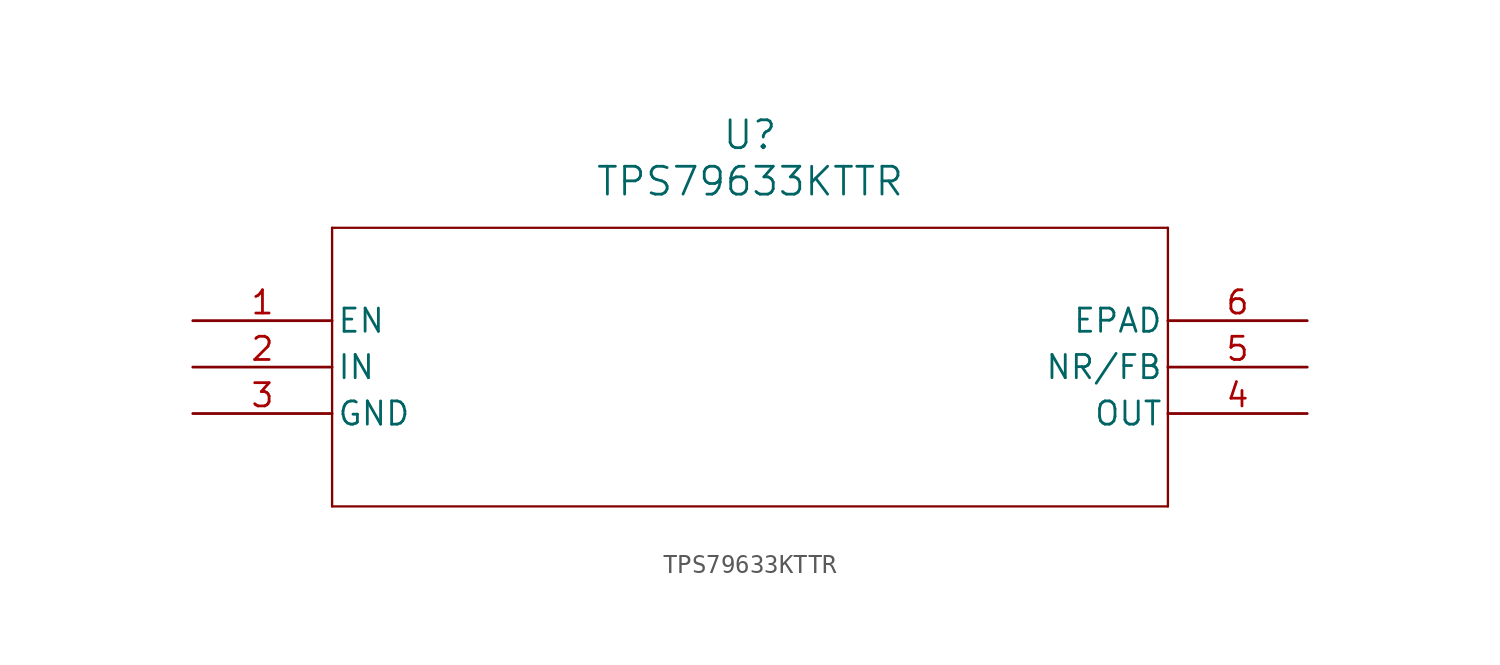
<source format=kicad_sym>
(kicad_symbol_lib
  (version 20211014)
  (generator kicad_symbol_editor)
  (symbol "TPS79633KTTR"
    (pin_names
      (offset 0.254))
    (property "Reference" "U"
      (at 30.48 10.16 0)
      (effects (font (size 1.524 1.524))))
    (property "Value" "TPS79633KTTR"
      (at 30.48 7.62 0)
      (effects (font (size 1.524 1.524))))
    (symbol "TPS79633KTTR_0_1"
      (polyline (pts (xy 7.62 5.08) (xy 7.62 -10.16)) (stroke (width 0.127) (type default) (color 0 0 0 0)) (fill (type none)))
      (polyline (pts (xy 7.62 -10.16) (xy 53.34 -10.16)) (stroke (width 0.127) (type default) (color 0 0 0 0)) (fill (type none)))
      (polyline (pts (xy 53.34 -10.16) (xy 53.34 5.08)) (stroke (width 0.127) (type default) (color 0 0 0 0)) (fill (type none)))
      (polyline (pts (xy 53.34 5.08) (xy 7.62 5.08)) (stroke (width 0.127) (type default) (color 0 0 0 0)) (fill (type none)))
      (pin unspecified line (at 0 0 0) (length 7.62) (name "EN" (effects (font (size 1.27 1.27)))) (number "1" (effects (font (size 1.27 1.27)))))
      (pin input line (at 0 -2.54 0) (length 7.62) (name "IN" (effects (font (size 1.27 1.27)))) (number "2" (effects (font (size 1.27 1.27)))))
      (pin power_in line (at 0 -5.08 0) (length 7.62) (name "GND" (effects (font (size 1.27 1.27)))) (number "3" (effects (font (size 1.27 1.27)))))
      (pin unspecified line (at 60.96 -5.08 180) (length 7.62) (name "OUT" (effects (font (size 1.27 1.27)))) (number "4" (effects (font (size 1.27 1.27)))))
      (pin unspecified line (at 60.96 -2.54 180) (length 7.62) (name "NR/FB" (effects (font (size 1.27 1.27)))) (number "5" (effects (font (size 1.27 1.27)))))
      (pin unspecified line (at 60.96 0 180) (length 7.62) (name "EPAD" (effects (font (size 1.27 1.27)))) (number "6" (effects (font (size 1.27 1.27))))))))
</source>
